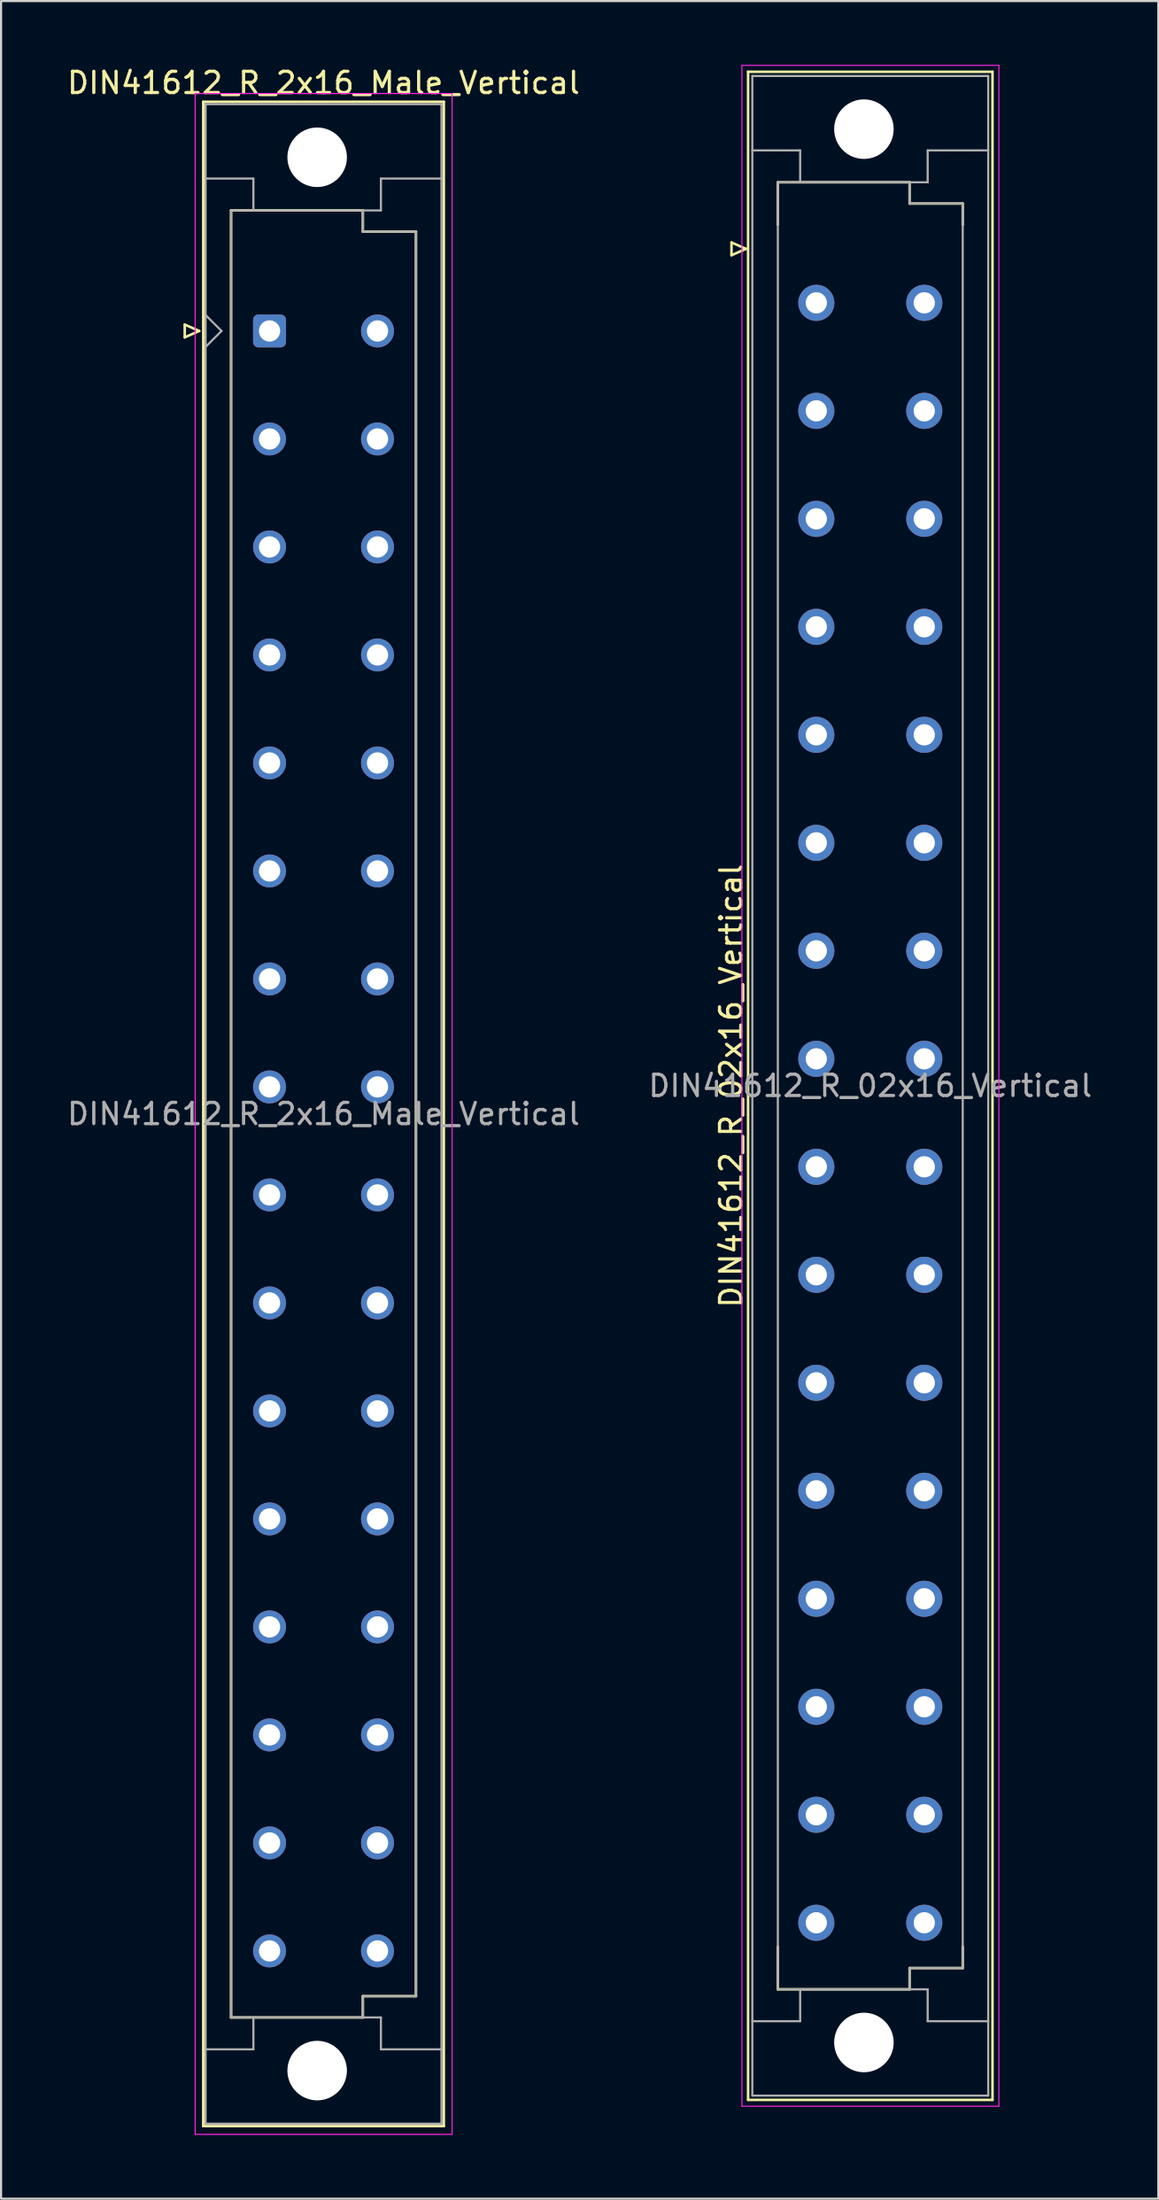
<source format=kicad_pcb>
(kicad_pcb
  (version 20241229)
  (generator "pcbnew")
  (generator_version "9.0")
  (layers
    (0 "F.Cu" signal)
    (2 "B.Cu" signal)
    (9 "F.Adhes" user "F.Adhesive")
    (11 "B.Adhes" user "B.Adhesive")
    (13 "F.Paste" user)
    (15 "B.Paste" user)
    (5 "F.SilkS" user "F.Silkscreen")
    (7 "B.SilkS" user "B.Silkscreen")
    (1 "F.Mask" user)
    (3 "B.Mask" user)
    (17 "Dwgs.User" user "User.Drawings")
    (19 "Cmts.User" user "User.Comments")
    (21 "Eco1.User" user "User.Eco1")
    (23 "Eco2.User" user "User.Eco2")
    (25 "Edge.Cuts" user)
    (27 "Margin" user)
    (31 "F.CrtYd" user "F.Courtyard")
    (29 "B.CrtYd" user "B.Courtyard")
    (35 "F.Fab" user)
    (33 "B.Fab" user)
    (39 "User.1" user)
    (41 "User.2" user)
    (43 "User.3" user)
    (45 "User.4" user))
  (footprint "DIN41612_R_02x16_Vertical"
    (layer "F.Cu")
    (at 35.359 8.655)
    (property "Reference" "DIN41612_R_02x16_Vertical" (at -4.01 39.37 90) (layer "F.SilkS") (effects (font (size 1 1) (thickness 0.15))))
    (attr through_hole)
    (fp_line (start -3.99 -0.3) (end -3.99 0.3) (stroke (width 0.12) (type solid)) (layer "F.SilkS"))
    (fp_line (start -3.99 0.3) (end -3.31 0) (stroke (width 0.12) (type solid)) (layer "F.SilkS"))
    (fp_line (start -3.31 0) (end -3.99 -0.3) (stroke (width 0.12) (type solid)) (layer "F.SilkS"))
    (fp_line (start -3.21 -8.33) (end 8.29 -8.33) (stroke (width 0.12) (type solid)) (layer "F.SilkS"))
    (fp_line (start -3.21 87.07) (end -3.21 -8.33) (stroke (width 0.12) (type solid)) (layer "F.SilkS"))
    (fp_line (start -1.81 -3.13) (end 4.39 -3.13) (stroke (width 0.12) (type solid)) (layer "F.SilkS"))
    (fp_line (start -1.81 -1.13) (end -1.81 -3.13) (stroke (width 0.12) (type solid)) (layer "F.SilkS"))
    (fp_line (start -1.81 79.87) (end -1.81 81.87) (stroke (width 0.12) (type solid)) (layer "F.SilkS"))
    (fp_line (start -1.81 81.87) (end 4.39 81.87) (stroke (width 0.12) (type solid)) (layer "F.SilkS"))
    (fp_line (start 4.39 -3.13) (end 4.39 -2.13) (stroke (width 0.12) (type solid)) (layer "F.SilkS"))
    (fp_line (start 4.39 -2.13) (end 6.89 -2.13) (stroke (width 0.12) (type solid)) (layer "F.SilkS"))
    (fp_line (start 4.39 80.87) (end 6.89 80.87) (stroke (width 0.12) (type solid)) (layer "F.SilkS"))
    (fp_line (start 4.39 81.87) (end 4.39 80.87) (stroke (width 0.12) (type solid)) (layer "F.SilkS"))
    (fp_line (start 6.89 -2.13) (end 6.89 -1.13) (stroke (width 0.12) (type solid)) (layer "F.SilkS"))
    (fp_line (start 6.89 80.87) (end 6.89 79.87) (stroke (width 0.12) (type solid)) (layer "F.SilkS"))
    (fp_line (start 8.29 -8.33) (end 8.29 87.07) (stroke (width 0.12) (type solid)) (layer "F.SilkS"))
    (fp_line (start 8.29 87.07) (end -3.21 87.07) (stroke (width 0.12) (type solid)) (layer "F.SilkS"))
    (fp_line (start -3.5 -8.63) (end 8.59 -8.63) (stroke (width 0.05) (type solid)) (layer "F.CrtYd"))
    (fp_line (start -3.5 87.37) (end -3.5 -8.63) (stroke (width 0.05) (type solid)) (layer "F.CrtYd"))
    (fp_line (start 8.59 -8.63) (end 8.59 87.37) (stroke (width 0.05) (type solid)) (layer "F.CrtYd"))
    (fp_line (start 8.59 87.37) (end -3.5 87.37) (stroke (width 0.05) (type solid)) (layer "F.CrtYd"))
    (fp_line (start -3.01 -8.13) (end 8.09 -8.13) (stroke (width 0.1) (type solid)) (layer "F.Fab"))
    (fp_line (start -3.01 -4.63) (end -0.76 -4.63) (stroke (width 0.1) (type solid)) (layer "F.Fab"))
    (fp_line (start -3.01 83.37) (end -0.76 83.37) (stroke (width 0.1) (type solid)) (layer "F.Fab"))
    (fp_line (start -3.01 86.87) (end -3.01 -8.13) (stroke (width 0.1) (type solid)) (layer "F.Fab"))
    (fp_line (start -1.81 -3.13) (end 4.39 -3.13) (stroke (width 0.1) (type solid)) (layer "F.Fab"))
    (fp_line (start -1.81 81.87) (end -1.81 -3.13) (stroke (width 0.1) (type solid)) (layer "F.Fab"))
    (fp_line (start -0.76 -4.63) (end -0.76 -3.13) (stroke (width 0.1) (type solid)) (layer "F.Fab"))
    (fp_line (start -0.76 -3.13) (end 5.24 -3.13) (stroke (width 0.1) (type solid)) (layer "F.Fab"))
    (fp_line (start -0.76 81.87) (end 5.24 81.87) (stroke (width 0.1) (type solid)) (layer "F.Fab"))
    (fp_line (start -0.76 83.37) (end -0.76 81.87) (stroke (width 0.1) (type solid)) (layer "F.Fab"))
    (fp_line (start 4.39 -3.13) (end 4.39 -2.13) (stroke (width 0.1) (type solid)) (layer "F.Fab"))
    (fp_line (start 4.39 -2.13) (end 6.89 -2.13) (stroke (width 0.1) (type solid)) (layer "F.Fab"))
    (fp_line (start 4.39 80.87) (end 4.39 81.87) (stroke (width 0.1) (type solid)) (layer "F.Fab"))
    (fp_line (start 4.39 81.87) (end -1.81 81.87) (stroke (width 0.1) (type solid)) (layer "F.Fab"))
    (fp_line (start 5.24 -4.63) (end 8.09 -4.63) (stroke (width 0.1) (type solid)) (layer "F.Fab"))
    (fp_line (start 5.24 -3.13) (end 5.24 -4.63) (stroke (width 0.1) (type solid)) (layer "F.Fab"))
    (fp_line (start 5.24 81.87) (end 5.24 83.37) (stroke (width 0.1) (type solid)) (layer "F.Fab"))
    (fp_line (start 5.24 83.37) (end 8.09 83.37) (stroke (width 0.1) (type solid)) (layer "F.Fab"))
    (fp_line (start 6.89 -2.13) (end 6.89 80.87) (stroke (width 0.1) (type solid)) (layer "F.Fab"))
    (fp_line (start 6.89 80.87) (end 4.39 80.87) (stroke (width 0.1) (type solid)) (layer "F.Fab"))
    (fp_line (start 8.09 -8.13) (end 8.09 86.87) (stroke (width 0.1) (type solid)) (layer "F.Fab"))
    (fp_line (start 8.09 86.87) (end -3.01 86.87) (stroke (width 0.1) (type solid)) (layer "F.Fab"))
    (fp_text user "${REFERENCE}" (at 2.54 39.37 0) (layer "F.Fab") (effects (font (size 1 1) (thickness 0.15))))
    (pad "" np_thru_hole circle (at 2.24 -5.63) (size 2.8 2.8) (drill 2.8) (layers "*.Cu" "*.Mask"))
    (pad "" np_thru_hole circle (at 2.24 84.37) (size 2.8 2.8) (drill 2.8) (layers "*.Cu" "*.Mask"))
    (pad "a2" thru_hole circle (at 0 2.54) (size 1.7 1.7) (drill 1) (layers "*.Cu" "*.Mask"))
    (pad "a4" thru_hole circle (at 0 7.62) (size 1.7 1.7) (drill 1) (layers "*.Cu" "*.Mask"))
    (pad "a6" thru_hole circle (at 0 12.7) (size 1.7 1.7) (drill 1) (layers "*.Cu" "*.Mask"))
    (pad "a8" thru_hole circle (at 0 17.78) (size 1.7 1.7) (drill 1) (layers "*.Cu" "*.Mask"))
    (pad "a10" thru_hole circle (at 0 22.86) (size 1.7 1.7) (drill 1) (layers "*.Cu" "*.Mask"))
    (pad "a12" thru_hole circle (at 0 27.94) (size 1.7 1.7) (drill 1) (layers "*.Cu" "*.Mask"))
    (pad "a14" thru_hole circle (at 0 33.02) (size 1.7 1.7) (drill 1) (layers "*.Cu" "*.Mask"))
    (pad "a16" thru_hole circle (at 0 38.1) (size 1.7 1.7) (drill 1) (layers "*.Cu" "*.Mask"))
    (pad "a18" thru_hole circle (at 0 43.18) (size 1.7 1.7) (drill 1) (layers "*.Cu" "*.Mask"))
    (pad "a20" thru_hole circle (at 0 48.26) (size 1.7 1.7) (drill 1) (layers "*.Cu" "*.Mask"))
    (pad "a22" thru_hole circle (at 0 53.34) (size 1.7 1.7) (drill 1) (layers "*.Cu" "*.Mask"))
    (pad "a24" thru_hole circle (at 0 58.42) (size 1.7 1.7) (drill 1) (layers "*.Cu" "*.Mask"))
    (pad "a26" thru_hole circle (at 0 63.5) (size 1.7 1.7) (drill 1) (layers "*.Cu" "*.Mask"))
    (pad "a28" thru_hole circle (at 0 68.58) (size 1.7 1.7) (drill 1) (layers "*.Cu" "*.Mask"))
    (pad "a30" thru_hole circle (at 0 73.66) (size 1.7 1.7) (drill 1) (layers "*.Cu" "*.Mask"))
    (pad "a32" thru_hole circle (at 0 78.74) (size 1.7 1.7) (drill 1) (layers "*.Cu" "*.Mask"))
    (pad "c2" thru_hole circle (at 5.08 2.54) (size 1.7 1.7) (drill 1) (layers "*.Cu" "*.Mask"))
    (pad "c4" thru_hole circle (at 5.08 7.62) (size 1.7 1.7) (drill 1) (layers "*.Cu" "*.Mask"))
    (pad "c6" thru_hole circle (at 5.08 12.7) (size 1.7 1.7) (drill 1) (layers "*.Cu" "*.Mask"))
    (pad "c8" thru_hole circle (at 5.08 17.78) (size 1.7 1.7) (drill 1) (layers "*.Cu" "*.Mask"))
    (pad "c10" thru_hole circle (at 5.08 22.86) (size 1.7 1.7) (drill 1) (layers "*.Cu" "*.Mask"))
    (pad "c12" thru_hole circle (at 5.08 27.94) (size 1.7 1.7) (drill 1) (layers "*.Cu" "*.Mask"))
    (pad "c14" thru_hole circle (at 5.08 33.02) (size 1.7 1.7) (drill 1) (layers "*.Cu" "*.Mask"))
    (pad "c16" thru_hole circle (at 5.08 38.1) (size 1.7 1.7) (drill 1) (layers "*.Cu" "*.Mask"))
    (pad "c18" thru_hole circle (at 5.08 43.18) (size 1.7 1.7) (drill 1) (layers "*.Cu" "*.Mask"))
    (pad "c20" thru_hole circle (at 5.08 48.26) (size 1.7 1.7) (drill 1) (layers "*.Cu" "*.Mask"))
    (pad "c22" thru_hole circle (at 5.08 53.34) (size 1.7 1.7) (drill 1) (layers "*.Cu" "*.Mask"))
    (pad "c24" thru_hole circle (at 5.08 58.42) (size 1.7 1.7) (drill 1) (layers "*.Cu" "*.Mask"))
    (pad "c26" thru_hole circle (at 5.08 63.5) (size 1.7 1.7) (drill 1) (layers "*.Cu" "*.Mask"))
    (pad "c28" thru_hole circle (at 5.08 68.58) (size 1.7 1.7) (drill 1) (layers "*.Cu" "*.Mask"))
    (pad "c30" thru_hole circle (at 5.08 73.66) (size 1.7 1.7) (drill 1) (layers "*.Cu" "*.Mask"))
    (pad "c32" thru_hole circle (at 5.08 78.74) (size 1.7 1.7) (drill 1) (layers "*.Cu" "*.Mask")))
  (footprint "DIN41612_R_2x16_Male_Vertical"
    (layer "F.Cu")
    (at 9.633 9.978)
    (property "Reference" "DIN41612_R_2x16_Male_Vertical" (at 2.54 -9.13 0) (layer "F.SilkS") (effects (font (size 1 1) (thickness 0.15))))
    (attr through_hole)
    (fp_line (start -3.99 2.24) (end -3.99 2.84) (stroke (width 0.12) (type solid)) (layer "F.SilkS"))
    (fp_line (start -3.99 2.84) (end -3.31 2.54) (stroke (width 0.12) (type solid)) (layer "F.SilkS"))
    (fp_line (start -3.31 2.54) (end -3.99 2.24) (stroke (width 0.12) (type solid)) (layer "F.SilkS"))
    (fp_line (start -3.12 -8.24) (end 8.2 -8.24) (stroke (width 0.12) (type solid)) (layer "F.SilkS"))
    (fp_line (start -3.12 86.98) (end -3.12 -8.24) (stroke (width 0.12) (type solid)) (layer "F.SilkS"))
    (fp_line (start -1.81 -3.13) (end 4.39 -3.13) (stroke (width 0.12) (type solid)) (layer "F.SilkS"))
    (fp_line (start -1.81 81.87) (end -1.81 -3.13) (stroke (width 0.12) (type solid)) (layer "F.SilkS"))
    (fp_line (start 4.39 -3.13) (end 4.39 -2.13) (stroke (width 0.12) (type solid)) (layer "F.SilkS"))
    (fp_line (start 4.39 -2.13) (end 6.89 -2.13) (stroke (width 0.12) (type solid)) (layer "F.SilkS"))
    (fp_line (start 4.39 80.87) (end 4.39 81.87) (stroke (width 0.12) (type solid)) (layer "F.SilkS"))
    (fp_line (start 4.39 81.87) (end -1.81 81.87) (stroke (width 0.12) (type solid)) (layer "F.SilkS"))
    (fp_line (start 6.89 -2.13) (end 6.89 80.87) (stroke (width 0.12) (type solid)) (layer "F.SilkS"))
    (fp_line (start 6.89 80.87) (end 4.39 80.87) (stroke (width 0.12) (type solid)) (layer "F.SilkS"))
    (fp_line (start 8.2 -8.24) (end 8.2 86.98) (stroke (width 0.12) (type solid)) (layer "F.SilkS"))
    (fp_line (start 8.2 86.98) (end -3.12 86.98) (stroke (width 0.12) (type solid)) (layer "F.SilkS"))
    (fp_line (start -3.5 -8.63) (end 8.59 -8.63) (stroke (width 0.05) (type solid)) (layer "F.CrtYd"))
    (fp_line (start -3.5 87.37) (end -3.5 -8.63) (stroke (width 0.05) (type solid)) (layer "F.CrtYd"))
    (fp_line (start 8.59 -8.63) (end 8.59 87.37) (stroke (width 0.05) (type solid)) (layer "F.CrtYd"))
    (fp_line (start 8.59 87.37) (end -3.5 87.37) (stroke (width 0.05) (type solid)) (layer "F.CrtYd"))
    (fp_line (start -3.01 -8.13) (end 8.09 -8.13) (stroke (width 0.1) (type solid)) (layer "F.Fab"))
    (fp_line (start -3.01 -4.63) (end -0.76 -4.63) (stroke (width 0.1) (type solid)) (layer "F.Fab"))
    (fp_line (start -3.01 1.79) (end -2.26 2.54) (stroke (width 0.1) (type solid)) (layer "F.Fab"))
    (fp_line (start -3.01 83.37) (end -0.76 83.37) (stroke (width 0.1) (type solid)) (layer "F.Fab"))
    (fp_line (start -3.01 86.87) (end -3.01 -8.13) (stroke (width 0.1) (type solid)) (layer "F.Fab"))
    (fp_line (start -2.26 2.54) (end -3.01 3.29) (stroke (width 0.1) (type solid)) (layer "F.Fab"))
    (fp_line (start -1.81 -3.13) (end 4.39 -3.13) (stroke (width 0.1) (type solid)) (layer "F.Fab"))
    (fp_line (start -1.81 81.87) (end -1.81 -3.13) (stroke (width 0.1) (type solid)) (layer "F.Fab"))
    (fp_line (start -0.76 -4.63) (end -0.76 -3.13) (stroke (width 0.1) (type solid)) (layer "F.Fab"))
    (fp_line (start -0.76 83.37) (end -0.76 81.87) (stroke (width 0.1) (type solid)) (layer "F.Fab"))
    (fp_line (start 4.39 -3.13) (end 4.39 -2.13) (stroke (width 0.1) (type solid)) (layer "F.Fab"))
    (fp_line (start 4.39 -3.13) (end 5.24 -3.13) (stroke (width 0.1) (type solid)) (layer "F.Fab"))
    (fp_line (start 4.39 -2.13) (end 6.89 -2.13) (stroke (width 0.1) (type solid)) (layer "F.Fab"))
    (fp_line (start 4.39 80.87) (end 4.39 81.87) (stroke (width 0.1) (type solid)) (layer "F.Fab"))
    (fp_line (start 4.39 81.87) (end -1.81 81.87) (stroke (width 0.1) (type solid)) (layer "F.Fab"))
    (fp_line (start 4.39 81.87) (end 5.24 81.87) (stroke (width 0.1) (type solid)) (layer "F.Fab"))
    (fp_line (start 5.24 -4.63) (end 8.09 -4.63) (stroke (width 0.1) (type solid)) (layer "F.Fab"))
    (fp_line (start 5.24 -3.13) (end 5.24 -4.63) (stroke (width 0.1) (type solid)) (layer "F.Fab"))
    (fp_line (start 5.24 81.87) (end 5.24 83.37) (stroke (width 0.1) (type solid)) (layer "F.Fab"))
    (fp_line (start 5.24 83.37) (end 8.09 83.37) (stroke (width 0.1) (type solid)) (layer "F.Fab"))
    (fp_line (start 6.89 -2.13) (end 6.89 80.87) (stroke (width 0.1) (type solid)) (layer "F.Fab"))
    (fp_line (start 6.89 80.87) (end 4.39 80.87) (stroke (width 0.1) (type solid)) (layer "F.Fab"))
    (fp_line (start 8.09 -8.13) (end 8.09 86.87) (stroke (width 0.1) (type solid)) (layer "F.Fab"))
    (fp_line (start 8.09 86.87) (end -3.01 86.87) (stroke (width 0.1) (type solid)) (layer "F.Fab"))
    (fp_text user "${REFERENCE}" (at 2.54 39.37 0) (layer "F.Fab") (effects (font (size 1 1) (thickness 0.15))))
    (pad "" np_thru_hole circle (at 2.24 -5.63) (size 2.8 2.8) (drill 2.8) (layers "*.Cu" "*.Mask"))
    (pad "" np_thru_hole circle (at 2.24 84.37) (size 2.8 2.8) (drill 2.8) (layers "*.Cu" "*.Mask"))
    (pad "a2" thru_hole roundrect (at 0 2.54) (size 1.55 1.55) (drill 1) (layers "*.Cu" "*.Mask") (roundrect_rratio 0.161))
    (pad "a4" thru_hole circle (at 0 7.62) (size 1.55 1.55) (drill 1) (layers "*.Cu" "*.Mask"))
    (pad "a6" thru_hole circle (at 0 12.7) (size 1.55 1.55) (drill 1) (layers "*.Cu" "*.Mask"))
    (pad "a8" thru_hole circle (at 0 17.78) (size 1.55 1.55) (drill 1) (layers "*.Cu" "*.Mask"))
    (pad "a10" thru_hole circle (at 0 22.86) (size 1.55 1.55) (drill 1) (layers "*.Cu" "*.Mask"))
    (pad "a12" thru_hole circle (at 0 27.94) (size 1.55 1.55) (drill 1) (layers "*.Cu" "*.Mask"))
    (pad "a14" thru_hole circle (at 0 33.02) (size 1.55 1.55) (drill 1) (layers "*.Cu" "*.Mask"))
    (pad "a16" thru_hole circle (at 0 38.1) (size 1.55 1.55) (drill 1) (layers "*.Cu" "*.Mask"))
    (pad "a18" thru_hole circle (at 0 43.18) (size 1.55 1.55) (drill 1) (layers "*.Cu" "*.Mask"))
    (pad "a20" thru_hole circle (at 0 48.26) (size 1.55 1.55) (drill 1) (layers "*.Cu" "*.Mask"))
    (pad "a22" thru_hole circle (at 0 53.34) (size 1.55 1.55) (drill 1) (layers "*.Cu" "*.Mask"))
    (pad "a24" thru_hole circle (at 0 58.42) (size 1.55 1.55) (drill 1) (layers "*.Cu" "*.Mask"))
    (pad "a26" thru_hole circle (at 0 63.5) (size 1.55 1.55) (drill 1) (layers "*.Cu" "*.Mask"))
    (pad "a28" thru_hole circle (at 0 68.58) (size 1.55 1.55) (drill 1) (layers "*.Cu" "*.Mask"))
    (pad "a30" thru_hole circle (at 0 73.66) (size 1.55 1.55) (drill 1) (layers "*.Cu" "*.Mask"))
    (pad "a32" thru_hole circle (at 0 78.74) (size 1.55 1.55) (drill 1) (layers "*.Cu" "*.Mask"))
    (pad "c2" thru_hole circle (at 5.08 2.54) (size 1.55 1.55) (drill 1) (layers "*.Cu" "*.Mask"))
    (pad "c4" thru_hole circle (at 5.08 7.62) (size 1.55 1.55) (drill 1) (layers "*.Cu" "*.Mask"))
    (pad "c6" thru_hole circle (at 5.08 12.7) (size 1.55 1.55) (drill 1) (layers "*.Cu" "*.Mask"))
    (pad "c8" thru_hole circle (at 5.08 17.78) (size 1.55 1.55) (drill 1) (layers "*.Cu" "*.Mask"))
    (pad "c10" thru_hole circle (at 5.08 22.86) (size 1.55 1.55) (drill 1) (layers "*.Cu" "*.Mask"))
    (pad "c12" thru_hole circle (at 5.08 27.94) (size 1.55 1.55) (drill 1) (layers "*.Cu" "*.Mask"))
    (pad "c14" thru_hole circle (at 5.08 33.02) (size 1.55 1.55) (drill 1) (layers "*.Cu" "*.Mask"))
    (pad "c16" thru_hole circle (at 5.08 38.1) (size 1.55 1.55) (drill 1) (layers "*.Cu" "*.Mask"))
    (pad "c18" thru_hole circle (at 5.08 43.18) (size 1.55 1.55) (drill 1) (layers "*.Cu" "*.Mask"))
    (pad "c20" thru_hole circle (at 5.08 48.26) (size 1.55 1.55) (drill 1) (layers "*.Cu" "*.Mask"))
    (pad "c22" thru_hole circle (at 5.08 53.34) (size 1.55 1.55) (drill 1) (layers "*.Cu" "*.Mask"))
    (pad "c24" thru_hole circle (at 5.08 58.42) (size 1.55 1.55) (drill 1) (layers "*.Cu" "*.Mask"))
    (pad "c26" thru_hole circle (at 5.08 63.5) (size 1.55 1.55) (drill 1) (layers "*.Cu" "*.Mask"))
    (pad "c28" thru_hole circle (at 5.08 68.58) (size 1.55 1.55) (drill 1) (layers "*.Cu" "*.Mask"))
    (pad "c30" thru_hole circle (at 5.08 73.66) (size 1.55 1.55) (drill 1) (layers "*.Cu" "*.Mask"))
    (pad "c32" thru_hole circle (at 5.08 78.74) (size 1.55 1.55) (drill 1) (layers "*.Cu" "*.Mask")))
  (gr_rect
    (start -3 -3)
    (end 51.452 100.373)
    (stroke (width 0.1) (type default))
    (fill no)
    (layer "Edge.Cuts")))
</source>
